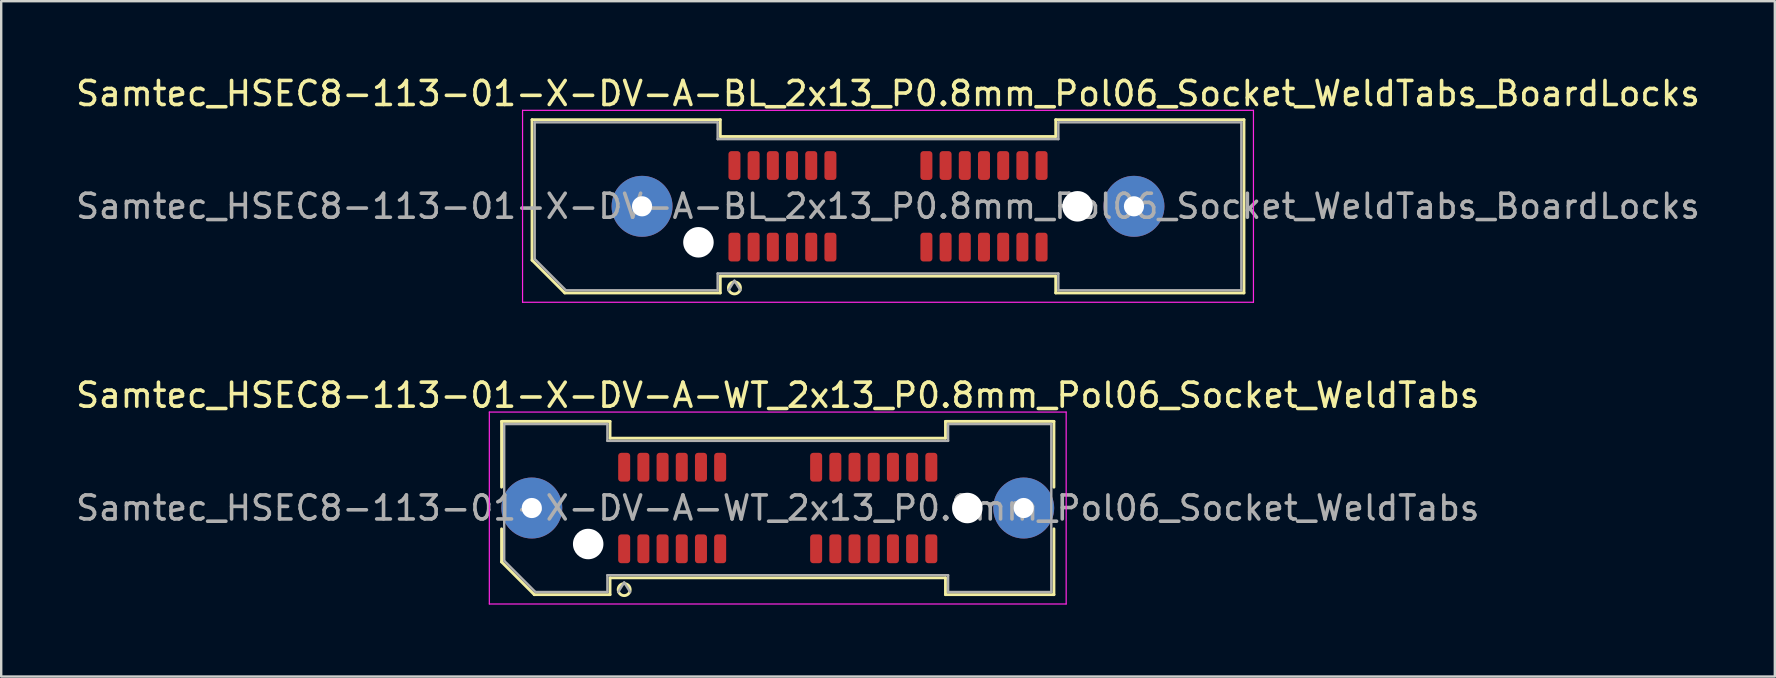
<source format=kicad_pcb>
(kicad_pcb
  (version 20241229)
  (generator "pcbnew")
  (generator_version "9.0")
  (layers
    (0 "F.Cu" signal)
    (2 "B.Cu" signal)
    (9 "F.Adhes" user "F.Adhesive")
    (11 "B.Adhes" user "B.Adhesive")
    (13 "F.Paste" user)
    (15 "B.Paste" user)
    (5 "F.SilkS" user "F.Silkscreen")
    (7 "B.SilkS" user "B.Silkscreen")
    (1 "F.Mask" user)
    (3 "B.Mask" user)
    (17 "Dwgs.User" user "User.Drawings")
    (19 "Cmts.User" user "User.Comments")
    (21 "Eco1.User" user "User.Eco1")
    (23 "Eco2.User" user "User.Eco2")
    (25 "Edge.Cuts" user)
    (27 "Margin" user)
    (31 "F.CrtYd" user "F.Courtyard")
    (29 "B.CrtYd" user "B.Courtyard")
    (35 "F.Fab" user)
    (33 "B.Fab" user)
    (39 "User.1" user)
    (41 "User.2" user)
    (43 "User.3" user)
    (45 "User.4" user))
  (footprint "Samtec_HSEC8-113-01-X-DV-A-WT_2x13_P0.8mm_Pol06_Socket_WeldTabs"
    (layer "F.Cu")
    (at 29.363 18.122)
    (property "Reference" "Samtec_HSEC8-113-01-X-DV-A-WT_2x13_P0.8mm_Pol06_Socket_WeldTabs" (at 0 -4.7 0) (layer "F.SilkS") (effects (font (size 1 1) (thickness 0.15))))
    (attr smd)
    (fp_line (start -11.51 -3.61) (end -6.99 -3.61) (stroke (width 0.12) (type solid)) (layer "F.SilkS"))
    (fp_line (start -11.51 -0.868) (end -11.51 -3.61) (stroke (width 0.12) (type solid)) (layer "F.SilkS"))
    (fp_line (start -11.51 2.246) (end -11.51 0.868) (stroke (width 0.12) (type solid)) (layer "F.SilkS"))
    (fp_line (start -10.146 3.61) (end -11.51 2.246) (stroke (width 0.12) (type solid)) (layer "F.SilkS"))
    (fp_line (start -6.99 -3.61) (end -6.99 -2.91) (stroke (width 0.12) (type solid)) (layer "F.SilkS"))
    (fp_line (start -6.99 -2.91) (end 6.99 -2.91) (stroke (width 0.12) (type solid)) (layer "F.SilkS"))
    (fp_line (start -6.99 2.91) (end -6.99 3.61) (stroke (width 0.12) (type solid)) (layer "F.SilkS"))
    (fp_line (start -6.99 3.61) (end -10.146 3.61) (stroke (width 0.12) (type solid)) (layer "F.SilkS"))
    (fp_line (start 6.99 -3.61) (end 11.51 -3.61) (stroke (width 0.12) (type solid)) (layer "F.SilkS"))
    (fp_line (start 6.99 -2.91) (end 6.99 -3.61) (stroke (width 0.12) (type solid)) (layer "F.SilkS"))
    (fp_line (start 6.99 2.91) (end -6.99 2.91) (stroke (width 0.12) (type solid)) (layer "F.SilkS"))
    (fp_line (start 6.99 3.61) (end 6.99 2.91) (stroke (width 0.12) (type solid)) (layer "F.SilkS"))
    (fp_line (start 11.51 -3.61) (end 11.51 -0.868) (stroke (width 0.12) (type solid)) (layer "F.SilkS"))
    (fp_line (start 11.51 0.868) (end 11.51 3.61) (stroke (width 0.12) (type solid)) (layer "F.SilkS"))
    (fp_line (start 11.51 3.61) (end 6.99 3.61) (stroke (width 0.12) (type solid)) (layer "F.SilkS"))
    (fp_arc (start -6.15 3.4) (mid -6.65 3.4) (end -6.15 3.4) (stroke (width 0.12) (type solid)) (layer "F.SilkS"))
    (fp_line (start -12.02 -4) (end -12.02 4) (stroke (width 0.05) (type solid)) (layer "F.CrtYd"))
    (fp_line (start -12.02 4) (end 12.02 4) (stroke (width 0.05) (type solid)) (layer "F.CrtYd"))
    (fp_line (start 12.02 -4) (end -12.02 -4) (stroke (width 0.05) (type solid)) (layer "F.CrtYd"))
    (fp_line (start 12.02 4) (end 12.02 -4) (stroke (width 0.05) (type solid)) (layer "F.CrtYd"))
    (fp_line (start -11.4 -3.5) (end -7.1 -3.5) (stroke (width 0.1) (type solid)) (layer "F.Fab"))
    (fp_line (start -11.4 2.2) (end -11.4 -3.5) (stroke (width 0.1) (type solid)) (layer "F.Fab"))
    (fp_line (start -10.1 3.5) (end -11.4 2.2) (stroke (width 0.1) (type solid)) (layer "F.Fab"))
    (fp_line (start -7.1 -3.5) (end -7.1 -2.8) (stroke (width 0.1) (type solid)) (layer "F.Fab"))
    (fp_line (start -7.1 -2.8) (end 7.1 -2.8) (stroke (width 0.1) (type solid)) (layer "F.Fab"))
    (fp_line (start -7.1 2.8) (end -7.1 3.5) (stroke (width 0.1) (type solid)) (layer "F.Fab"))
    (fp_line (start -7.1 3.5) (end -10.1 3.5) (stroke (width 0.1) (type solid)) (layer "F.Fab"))
    (fp_line (start -6.4 3.1) (end -6.65 3.5) (stroke (width 0.1) (type solid)) (layer "F.Fab"))
    (fp_line (start -6.4 3.1) (end -6.15 3.5) (stroke (width 0.1) (type solid)) (layer "F.Fab"))
    (fp_line (start 7.1 -3.5) (end 11.4 -3.5) (stroke (width 0.1) (type solid)) (layer "F.Fab"))
    (fp_line (start 7.1 -2.8) (end 7.1 -3.5) (stroke (width 0.1) (type solid)) (layer "F.Fab"))
    (fp_line (start 7.1 2.8) (end -7.1 2.8) (stroke (width 0.1) (type solid)) (layer "F.Fab"))
    (fp_line (start 7.1 3.5) (end 7.1 2.8) (stroke (width 0.1) (type solid)) (layer "F.Fab"))
    (fp_line (start 11.4 -3.5) (end 11.4 3.5) (stroke (width 0.1) (type solid)) (layer "F.Fab"))
    (fp_line (start 11.4 3.5) (end 7.1 3.5) (stroke (width 0.1) (type solid)) (layer "F.Fab"))
    (fp_text user "${REFERENCE}" (at 0 0 0) (layer "F.Fab") (effects (font (size 1 1) (thickness 0.15))))
    (pad "" thru_hole circle (at -10.25 0) (size 2.54 2.54) (drill 0.84) (layers "*.Cu" "*.Mask" "F.Paste"))
    (pad "" np_thru_hole circle (at -7.9 1.5) (size 1.27 1.27) (drill 1.27) (layers "*.Cu" "*.Mask"))
    (pad "" np_thru_hole circle (at 7.9 0) (size 1.27 1.27) (drill 1.27) (layers "*.Cu" "*.Mask"))
    (pad "" thru_hole circle (at 10.25 0) (size 2.54 2.54) (drill 0.84) (layers "*.Cu" "*.Mask" "F.Paste"))
    (pad "1" smd roundrect (at -6.4 1.7) (size 0.5 1.2) (layers "F.Cu" "F.Mask" "F.Paste") (roundrect_rratio 0.25))
    (pad "2" smd roundrect (at -6.4 -1.7) (size 0.5 1.2) (layers "F.Cu" "F.Mask" "F.Paste") (roundrect_rratio 0.25))
    (pad "3" smd roundrect (at -5.6 1.7) (size 0.5 1.2) (layers "F.Cu" "F.Mask" "F.Paste") (roundrect_rratio 0.25))
    (pad "4" smd roundrect (at -5.6 -1.7) (size 0.5 1.2) (layers "F.Cu" "F.Mask" "F.Paste") (roundrect_rratio 0.25))
    (pad "5" smd roundrect (at -4.8 1.7) (size 0.5 1.2) (layers "F.Cu" "F.Mask" "F.Paste") (roundrect_rratio 0.25))
    (pad "6" smd roundrect (at -4.8 -1.7) (size 0.5 1.2) (layers "F.Cu" "F.Mask" "F.Paste") (roundrect_rratio 0.25))
    (pad "7" smd roundrect (at -4 1.7) (size 0.5 1.2) (layers "F.Cu" "F.Mask" "F.Paste") (roundrect_rratio 0.25))
    (pad "8" smd roundrect (at -4 -1.7) (size 0.5 1.2) (layers "F.Cu" "F.Mask" "F.Paste") (roundrect_rratio 0.25))
    (pad "9" smd roundrect (at -3.2 1.7) (size 0.5 1.2) (layers "F.Cu" "F.Mask" "F.Paste") (roundrect_rratio 0.25))
    (pad "10" smd roundrect (at -3.2 -1.7) (size 0.5 1.2) (layers "F.Cu" "F.Mask" "F.Paste") (roundrect_rratio 0.25))
    (pad "11" smd roundrect (at -2.4 1.7) (size 0.5 1.2) (layers "F.Cu" "F.Mask" "F.Paste") (roundrect_rratio 0.25))
    (pad "12" smd roundrect (at -2.4 -1.7) (size 0.5 1.2) (layers "F.Cu" "F.Mask" "F.Paste") (roundrect_rratio 0.25))
    (pad "13" smd roundrect (at 1.6 1.7) (size 0.5 1.2) (layers "F.Cu" "F.Mask" "F.Paste") (roundrect_rratio 0.25))
    (pad "14" smd roundrect (at 1.6 -1.7) (size 0.5 1.2) (layers "F.Cu" "F.Mask" "F.Paste") (roundrect_rratio 0.25))
    (pad "15" smd roundrect (at 2.4 1.7) (size 0.5 1.2) (layers "F.Cu" "F.Mask" "F.Paste") (roundrect_rratio 0.25))
    (pad "16" smd roundrect (at 2.4 -1.7) (size 0.5 1.2) (layers "F.Cu" "F.Mask" "F.Paste") (roundrect_rratio 0.25))
    (pad "17" smd roundrect (at 3.2 1.7) (size 0.5 1.2) (layers "F.Cu" "F.Mask" "F.Paste") (roundrect_rratio 0.25))
    (pad "18" smd roundrect (at 3.2 -1.7) (size 0.5 1.2) (layers "F.Cu" "F.Mask" "F.Paste") (roundrect_rratio 0.25))
    (pad "19" smd roundrect (at 4 1.7) (size 0.5 1.2) (layers "F.Cu" "F.Mask" "F.Paste") (roundrect_rratio 0.25))
    (pad "20" smd roundrect (at 4 -1.7) (size 0.5 1.2) (layers "F.Cu" "F.Mask" "F.Paste") (roundrect_rratio 0.25))
    (pad "21" smd roundrect (at 4.8 1.7) (size 0.5 1.2) (layers "F.Cu" "F.Mask" "F.Paste") (roundrect_rratio 0.25))
    (pad "22" smd roundrect (at 4.8 -1.7) (size 0.5 1.2) (layers "F.Cu" "F.Mask" "F.Paste") (roundrect_rratio 0.25))
    (pad "23" smd roundrect (at 5.6 1.7) (size 0.5 1.2) (layers "F.Cu" "F.Mask" "F.Paste") (roundrect_rratio 0.25))
    (pad "24" smd roundrect (at 5.6 -1.7) (size 0.5 1.2) (layers "F.Cu" "F.Mask" "F.Paste") (roundrect_rratio 0.25))
    (pad "25" smd roundrect (at 6.4 1.7) (size 0.5 1.2) (layers "F.Cu" "F.Mask" "F.Paste") (roundrect_rratio 0.25))
    (pad "26" smd roundrect (at 6.4 -1.7) (size 0.5 1.2) (layers "F.Cu" "F.Mask" "F.Paste") (roundrect_rratio 0.25)))
  (footprint "Samtec_HSEC8-113-01-X-DV-A-BL_2x13_P0.8mm_Pol06_Socket_WeldTabs_BoardLocks"
    (layer "F.Cu")
    (at 33.958 5.548)
    (property "Reference" "Samtec_HSEC8-113-01-X-DV-A-BL_2x13_P0.8mm_Pol06_Socket_WeldTabs_BoardLocks" (at 0 -4.7 0) (layer "F.SilkS") (effects (font (size 1 1) (thickness 0.15))))
    (attr smd)
    (fp_line (start -14.835 -3.61) (end -6.99 -3.61) (stroke (width 0.12) (type solid)) (layer "F.SilkS"))
    (fp_line (start -14.835 2.246) (end -14.835 -3.61) (stroke (width 0.12) (type solid)) (layer "F.SilkS"))
    (fp_line (start -13.471 3.61) (end -14.835 2.246) (stroke (width 0.12) (type solid)) (layer "F.SilkS"))
    (fp_line (start -6.99 -3.61) (end -6.99 -2.91) (stroke (width 0.12) (type solid)) (layer "F.SilkS"))
    (fp_line (start -6.99 -2.91) (end 6.99 -2.91) (stroke (width 0.12) (type solid)) (layer "F.SilkS"))
    (fp_line (start -6.99 2.91) (end -6.99 3.61) (stroke (width 0.12) (type solid)) (layer "F.SilkS"))
    (fp_line (start -6.99 3.61) (end -13.471 3.61) (stroke (width 0.12) (type solid)) (layer "F.SilkS"))
    (fp_line (start 6.99 -3.61) (end 14.835 -3.61) (stroke (width 0.12) (type solid)) (layer "F.SilkS"))
    (fp_line (start 6.99 -2.91) (end 6.99 -3.61) (stroke (width 0.12) (type solid)) (layer "F.SilkS"))
    (fp_line (start 6.99 2.91) (end -6.99 2.91) (stroke (width 0.12) (type solid)) (layer "F.SilkS"))
    (fp_line (start 6.99 3.61) (end 6.99 2.91) (stroke (width 0.12) (type solid)) (layer "F.SilkS"))
    (fp_line (start 14.835 -3.61) (end 14.835 3.61) (stroke (width 0.12) (type solid)) (layer "F.SilkS"))
    (fp_line (start 14.835 3.61) (end 6.99 3.61) (stroke (width 0.12) (type solid)) (layer "F.SilkS"))
    (fp_circle (center -6.4 3.4) (end -6.15 3.4) (stroke (width 0.12) (type solid)) (fill no) (layer "F.SilkS"))
    (fp_line (start -15.23 -4) (end -15.23 4) (stroke (width 0.05) (type solid)) (layer "F.CrtYd"))
    (fp_line (start -15.23 4) (end 15.23 4) (stroke (width 0.05) (type solid)) (layer "F.CrtYd"))
    (fp_line (start 15.23 -4) (end -15.23 -4) (stroke (width 0.05) (type solid)) (layer "F.CrtYd"))
    (fp_line (start 15.23 4) (end 15.23 -4) (stroke (width 0.05) (type solid)) (layer "F.CrtYd"))
    (fp_line (start -14.725 -3.5) (end -7.1 -3.5) (stroke (width 0.1) (type solid)) (layer "F.Fab"))
    (fp_line (start -14.725 2.2) (end -14.725 -3.5) (stroke (width 0.1) (type solid)) (layer "F.Fab"))
    (fp_line (start -13.425 3.5) (end -14.725 2.2) (stroke (width 0.1) (type solid)) (layer "F.Fab"))
    (fp_line (start -7.1 -3.5) (end -7.1 -2.8) (stroke (width 0.1) (type solid)) (layer "F.Fab"))
    (fp_line (start -7.1 -2.8) (end 7.1 -2.8) (stroke (width 0.1) (type solid)) (layer "F.Fab"))
    (fp_line (start -7.1 2.8) (end -7.1 3.5) (stroke (width 0.1) (type solid)) (layer "F.Fab"))
    (fp_line (start -7.1 3.5) (end -13.425 3.5) (stroke (width 0.1) (type solid)) (layer "F.Fab"))
    (fp_line (start -6.4 3.1) (end -6.65 3.5) (stroke (width 0.1) (type solid)) (layer "F.Fab"))
    (fp_line (start -6.4 3.1) (end -6.15 3.5) (stroke (width 0.1) (type solid)) (layer "F.Fab"))
    (fp_line (start 7.1 -3.5) (end 14.725 -3.5) (stroke (width 0.1) (type solid)) (layer "F.Fab"))
    (fp_line (start 7.1 -2.8) (end 7.1 -3.5) (stroke (width 0.1) (type solid)) (layer "F.Fab"))
    (fp_line (start 7.1 2.8) (end -7.1 2.8) (stroke (width 0.1) (type solid)) (layer "F.Fab"))
    (fp_line (start 7.1 3.5) (end 7.1 2.8) (stroke (width 0.1) (type solid)) (layer "F.Fab"))
    (fp_line (start 14.725 -3.5) (end 14.725 3.5) (stroke (width 0.1) (type solid)) (layer "F.Fab"))
    (fp_line (start 14.725 3.5) (end 7.1 3.5) (stroke (width 0.1) (type solid)) (layer "F.Fab"))
    (fp_text user "${REFERENCE}" (at 0 0 0) (layer "F.Fab") (effects (font (size 1 1) (thickness 0.15))))
    (pad "" thru_hole circle (at -10.25 0) (size 2.54 2.54) (drill 0.84) (layers "*.Cu" "*.Mask" "F.Paste"))
    (pad "" np_thru_hole circle (at -7.9 1.5) (size 1.27 1.27) (drill 1.27) (layers "*.Cu" "*.Mask"))
    (pad "" np_thru_hole circle (at 7.9 0) (size 1.27 1.27) (drill 1.27) (layers "*.Cu" "*.Mask"))
    (pad "" thru_hole circle (at 10.25 0) (size 2.54 2.54) (drill 0.84) (layers "*.Cu" "*.Mask" "F.Paste"))
    (pad "1" smd roundrect (at -6.4 1.7) (size 0.5 1.2) (layers "F.Cu" "F.Mask" "F.Paste") (roundrect_rratio 0.25))
    (pad "2" smd roundrect (at -6.4 -1.7) (size 0.5 1.2) (layers "F.Cu" "F.Mask" "F.Paste") (roundrect_rratio 0.25))
    (pad "3" smd roundrect (at -5.6 1.7) (size 0.5 1.2) (layers "F.Cu" "F.Mask" "F.Paste") (roundrect_rratio 0.25))
    (pad "4" smd roundrect (at -5.6 -1.7) (size 0.5 1.2) (layers "F.Cu" "F.Mask" "F.Paste") (roundrect_rratio 0.25))
    (pad "5" smd roundrect (at -4.8 1.7) (size 0.5 1.2) (layers "F.Cu" "F.Mask" "F.Paste") (roundrect_rratio 0.25))
    (pad "6" smd roundrect (at -4.8 -1.7) (size 0.5 1.2) (layers "F.Cu" "F.Mask" "F.Paste") (roundrect_rratio 0.25))
    (pad "7" smd roundrect (at -4 1.7) (size 0.5 1.2) (layers "F.Cu" "F.Mask" "F.Paste") (roundrect_rratio 0.25))
    (pad "8" smd roundrect (at -4 -1.7) (size 0.5 1.2) (layers "F.Cu" "F.Mask" "F.Paste") (roundrect_rratio 0.25))
    (pad "9" smd roundrect (at -3.2 1.7) (size 0.5 1.2) (layers "F.Cu" "F.Mask" "F.Paste") (roundrect_rratio 0.25))
    (pad "10" smd roundrect (at -3.2 -1.7) (size 0.5 1.2) (layers "F.Cu" "F.Mask" "F.Paste") (roundrect_rratio 0.25))
    (pad "11" smd roundrect (at -2.4 1.7) (size 0.5 1.2) (layers "F.Cu" "F.Mask" "F.Paste") (roundrect_rratio 0.25))
    (pad "12" smd roundrect (at -2.4 -1.7) (size 0.5 1.2) (layers "F.Cu" "F.Mask" "F.Paste") (roundrect_rratio 0.25))
    (pad "13" smd roundrect (at 1.6 1.7) (size 0.5 1.2) (layers "F.Cu" "F.Mask" "F.Paste") (roundrect_rratio 0.25))
    (pad "14" smd roundrect (at 1.6 -1.7) (size 0.5 1.2) (layers "F.Cu" "F.Mask" "F.Paste") (roundrect_rratio 0.25))
    (pad "15" smd roundrect (at 2.4 1.7) (size 0.5 1.2) (layers "F.Cu" "F.Mask" "F.Paste") (roundrect_rratio 0.25))
    (pad "16" smd roundrect (at 2.4 -1.7) (size 0.5 1.2) (layers "F.Cu" "F.Mask" "F.Paste") (roundrect_rratio 0.25))
    (pad "17" smd roundrect (at 3.2 1.7) (size 0.5 1.2) (layers "F.Cu" "F.Mask" "F.Paste") (roundrect_rratio 0.25))
    (pad "18" smd roundrect (at 3.2 -1.7) (size 0.5 1.2) (layers "F.Cu" "F.Mask" "F.Paste") (roundrect_rratio 0.25))
    (pad "19" smd roundrect (at 4 1.7) (size 0.5 1.2) (layers "F.Cu" "F.Mask" "F.Paste") (roundrect_rratio 0.25))
    (pad "20" smd roundrect (at 4 -1.7) (size 0.5 1.2) (layers "F.Cu" "F.Mask" "F.Paste") (roundrect_rratio 0.25))
    (pad "21" smd roundrect (at 4.8 1.7) (size 0.5 1.2) (layers "F.Cu" "F.Mask" "F.Paste") (roundrect_rratio 0.25))
    (pad "22" smd roundrect (at 4.8 -1.7) (size 0.5 1.2) (layers "F.Cu" "F.Mask" "F.Paste") (roundrect_rratio 0.25))
    (pad "23" smd roundrect (at 5.6 1.7) (size 0.5 1.2) (layers "F.Cu" "F.Mask" "F.Paste") (roundrect_rratio 0.25))
    (pad "24" smd roundrect (at 5.6 -1.7) (size 0.5 1.2) (layers "F.Cu" "F.Mask" "F.Paste") (roundrect_rratio 0.25))
    (pad "25" smd roundrect (at 6.4 1.7) (size 0.5 1.2) (layers "F.Cu" "F.Mask" "F.Paste") (roundrect_rratio 0.25))
    (pad "26" smd roundrect (at 6.4 -1.7) (size 0.5 1.2) (layers "F.Cu" "F.Mask" "F.Paste") (roundrect_rratio 0.25)))
  (gr_rect
    (start -3 -3)
    (end 70.917 25.146)
    (stroke (width 0.1) (type default))
    (fill no)
    (layer "Edge.Cuts")))
</source>
